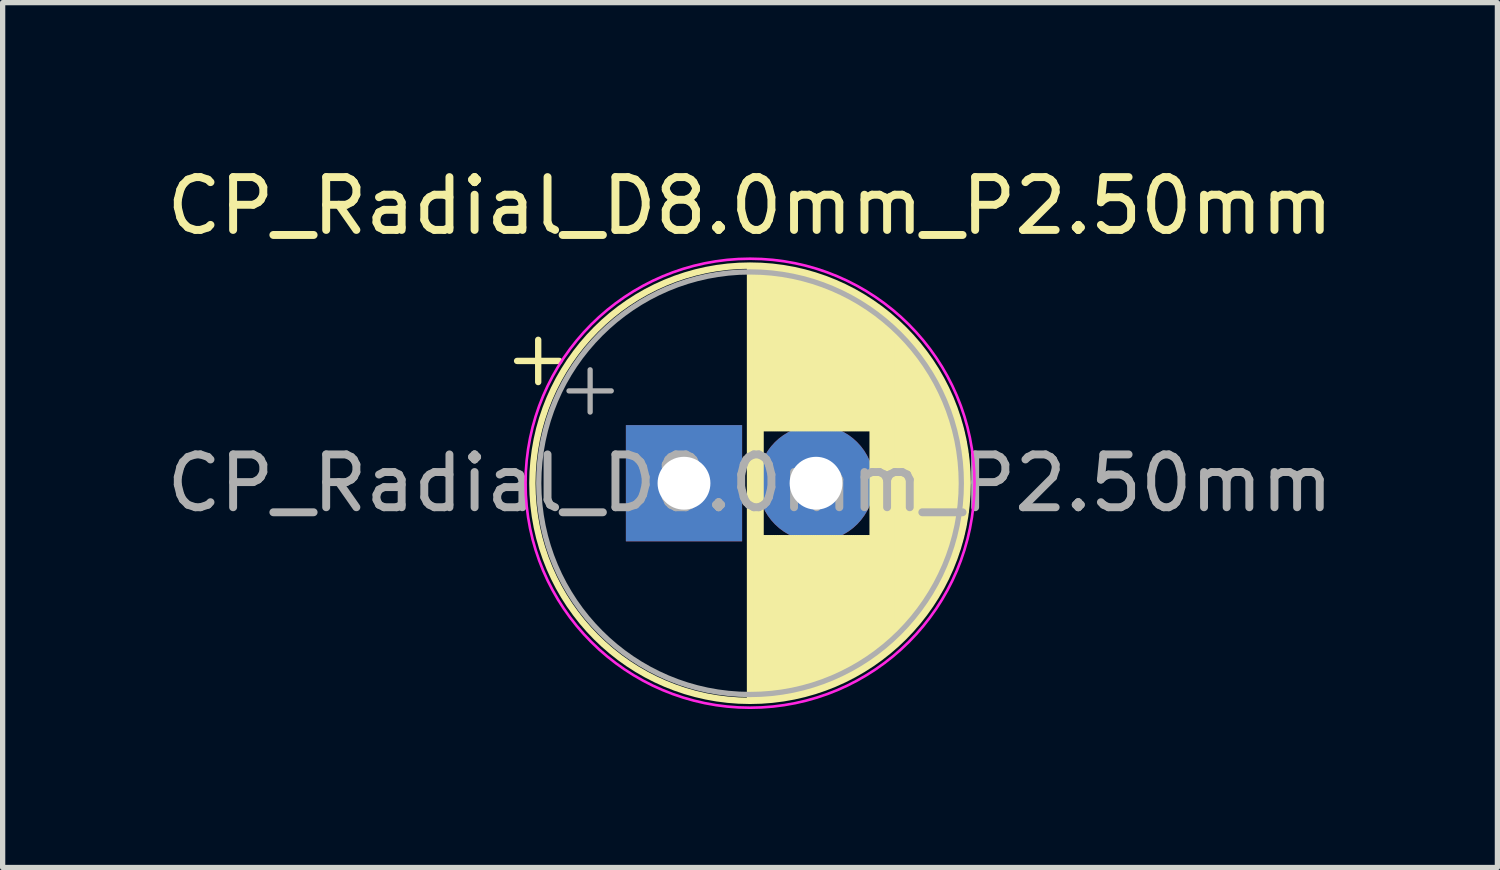
<source format=kicad_pcb>
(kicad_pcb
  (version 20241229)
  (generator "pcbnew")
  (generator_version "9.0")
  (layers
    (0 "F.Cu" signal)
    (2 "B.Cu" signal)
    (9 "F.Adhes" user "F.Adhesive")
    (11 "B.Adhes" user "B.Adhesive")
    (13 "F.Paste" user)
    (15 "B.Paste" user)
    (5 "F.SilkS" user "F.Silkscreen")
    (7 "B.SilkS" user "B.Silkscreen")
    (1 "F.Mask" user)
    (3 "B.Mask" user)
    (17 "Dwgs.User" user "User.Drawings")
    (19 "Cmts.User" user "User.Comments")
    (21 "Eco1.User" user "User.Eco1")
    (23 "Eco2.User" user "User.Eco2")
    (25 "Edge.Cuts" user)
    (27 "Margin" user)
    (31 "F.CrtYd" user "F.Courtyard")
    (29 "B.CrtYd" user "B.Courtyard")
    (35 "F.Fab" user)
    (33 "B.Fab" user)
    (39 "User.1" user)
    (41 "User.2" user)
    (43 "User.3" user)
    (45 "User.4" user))
  (footprint "CP_Radial_D8.0mm_P2.50mm"
    (layer "F.Cu")
    (at 9.899 6.098)
    (property "Reference" "CP_Radial_D8.0mm_P2.50mm" (at 1.25 -5.25 0) (layer "F.SilkS") (effects (font (size 1 1) (thickness 0.15))))
    (attr through_hole)
    (fp_line (start -3.16 -2.315) (end -2.36 -2.315) (stroke (width 0.12) (type solid)) (layer "F.SilkS"))
    (fp_line (start -2.76 -2.715) (end -2.76 -1.915) (stroke (width 0.12) (type solid)) (layer "F.SilkS"))
    (fp_line (start 1.25 -4.08) (end 1.25 4.08) (stroke (width 0.12) (type solid)) (layer "F.SilkS"))
    (fp_line (start 1.29 -4.08) (end 1.29 4.08) (stroke (width 0.12) (type solid)) (layer "F.SilkS"))
    (fp_line (start 1.33 -4.08) (end 1.33 4.08) (stroke (width 0.12) (type solid)) (layer "F.SilkS"))
    (fp_line (start 1.37 -4.079) (end 1.37 4.079) (stroke (width 0.12) (type solid)) (layer "F.SilkS"))
    (fp_line (start 1.41 -4.077) (end 1.41 4.077) (stroke (width 0.12) (type solid)) (layer "F.SilkS"))
    (fp_line (start 1.45 -4.076) (end 1.45 4.076) (stroke (width 0.12) (type solid)) (layer "F.SilkS"))
    (fp_line (start 1.49 -4.074) (end 1.49 -1.04) (stroke (width 0.12) (type solid)) (layer "F.SilkS"))
    (fp_line (start 1.49 1.04) (end 1.49 4.074) (stroke (width 0.12) (type solid)) (layer "F.SilkS"))
    (fp_line (start 1.53 -4.071) (end 1.53 -1.04) (stroke (width 0.12) (type solid)) (layer "F.SilkS"))
    (fp_line (start 1.53 1.04) (end 1.53 4.071) (stroke (width 0.12) (type solid)) (layer "F.SilkS"))
    (fp_line (start 1.57 -4.068) (end 1.57 -1.04) (stroke (width 0.12) (type solid)) (layer "F.SilkS"))
    (fp_line (start 1.57 1.04) (end 1.57 4.068) (stroke (width 0.12) (type solid)) (layer "F.SilkS"))
    (fp_line (start 1.61 -4.065) (end 1.61 -1.04) (stroke (width 0.12) (type solid)) (layer "F.SilkS"))
    (fp_line (start 1.61 1.04) (end 1.61 4.065) (stroke (width 0.12) (type solid)) (layer "F.SilkS"))
    (fp_line (start 1.65 -4.061) (end 1.65 -1.04) (stroke (width 0.12) (type solid)) (layer "F.SilkS"))
    (fp_line (start 1.65 1.04) (end 1.65 4.061) (stroke (width 0.12) (type solid)) (layer "F.SilkS"))
    (fp_line (start 1.69 -4.057) (end 1.69 -1.04) (stroke (width 0.12) (type solid)) (layer "F.SilkS"))
    (fp_line (start 1.69 1.04) (end 1.69 4.057) (stroke (width 0.12) (type solid)) (layer "F.SilkS"))
    (fp_line (start 1.73 -4.052) (end 1.73 -1.04) (stroke (width 0.12) (type solid)) (layer "F.SilkS"))
    (fp_line (start 1.73 1.04) (end 1.73 4.052) (stroke (width 0.12) (type solid)) (layer "F.SilkS"))
    (fp_line (start 1.77 -4.048) (end 1.77 -1.04) (stroke (width 0.12) (type solid)) (layer "F.SilkS"))
    (fp_line (start 1.77 1.04) (end 1.77 4.048) (stroke (width 0.12) (type solid)) (layer "F.SilkS"))
    (fp_line (start 1.81 -4.042) (end 1.81 -1.04) (stroke (width 0.12) (type solid)) (layer "F.SilkS"))
    (fp_line (start 1.81 1.04) (end 1.81 4.042) (stroke (width 0.12) (type solid)) (layer "F.SilkS"))
    (fp_line (start 1.85 -4.037) (end 1.85 -1.04) (stroke (width 0.12) (type solid)) (layer "F.SilkS"))
    (fp_line (start 1.85 1.04) (end 1.85 4.037) (stroke (width 0.12) (type solid)) (layer "F.SilkS"))
    (fp_line (start 1.89 -4.03) (end 1.89 -1.04) (stroke (width 0.12) (type solid)) (layer "F.SilkS"))
    (fp_line (start 1.89 1.04) (end 1.89 4.03) (stroke (width 0.12) (type solid)) (layer "F.SilkS"))
    (fp_line (start 1.93 -4.024) (end 1.93 -1.04) (stroke (width 0.12) (type solid)) (layer "F.SilkS"))
    (fp_line (start 1.93 1.04) (end 1.93 4.024) (stroke (width 0.12) (type solid)) (layer "F.SilkS"))
    (fp_line (start 1.971 -4.017) (end 1.971 -1.04) (stroke (width 0.12) (type solid)) (layer "F.SilkS"))
    (fp_line (start 1.971 1.04) (end 1.971 4.017) (stroke (width 0.12) (type solid)) (layer "F.SilkS"))
    (fp_line (start 2.011 -4.01) (end 2.011 -1.04) (stroke (width 0.12) (type solid)) (layer "F.SilkS"))
    (fp_line (start 2.011 1.04) (end 2.011 4.01) (stroke (width 0.12) (type solid)) (layer "F.SilkS"))
    (fp_line (start 2.051 -4.002) (end 2.051 -1.04) (stroke (width 0.12) (type solid)) (layer "F.SilkS"))
    (fp_line (start 2.051 1.04) (end 2.051 4.002) (stroke (width 0.12) (type solid)) (layer "F.SilkS"))
    (fp_line (start 2.091 -3.994) (end 2.091 -1.04) (stroke (width 0.12) (type solid)) (layer "F.SilkS"))
    (fp_line (start 2.091 1.04) (end 2.091 3.994) (stroke (width 0.12) (type solid)) (layer "F.SilkS"))
    (fp_line (start 2.131 -3.985) (end 2.131 -1.04) (stroke (width 0.12) (type solid)) (layer "F.SilkS"))
    (fp_line (start 2.131 1.04) (end 2.131 3.985) (stroke (width 0.12) (type solid)) (layer "F.SilkS"))
    (fp_line (start 2.171 -3.976) (end 2.171 -1.04) (stroke (width 0.12) (type solid)) (layer "F.SilkS"))
    (fp_line (start 2.171 1.04) (end 2.171 3.976) (stroke (width 0.12) (type solid)) (layer "F.SilkS"))
    (fp_line (start 2.211 -3.967) (end 2.211 -1.04) (stroke (width 0.12) (type solid)) (layer "F.SilkS"))
    (fp_line (start 2.211 1.04) (end 2.211 3.967) (stroke (width 0.12) (type solid)) (layer "F.SilkS"))
    (fp_line (start 2.251 -3.957) (end 2.251 -1.04) (stroke (width 0.12) (type solid)) (layer "F.SilkS"))
    (fp_line (start 2.251 1.04) (end 2.251 3.957) (stroke (width 0.12) (type solid)) (layer "F.SilkS"))
    (fp_line (start 2.291 -3.947) (end 2.291 -1.04) (stroke (width 0.12) (type solid)) (layer "F.SilkS"))
    (fp_line (start 2.291 1.04) (end 2.291 3.947) (stroke (width 0.12) (type solid)) (layer "F.SilkS"))
    (fp_line (start 2.331 -3.936) (end 2.331 -1.04) (stroke (width 0.12) (type solid)) (layer "F.SilkS"))
    (fp_line (start 2.331 1.04) (end 2.331 3.936) (stroke (width 0.12) (type solid)) (layer "F.SilkS"))
    (fp_line (start 2.371 -3.925) (end 2.371 -1.04) (stroke (width 0.12) (type solid)) (layer "F.SilkS"))
    (fp_line (start 2.371 1.04) (end 2.371 3.925) (stroke (width 0.12) (type solid)) (layer "F.SilkS"))
    (fp_line (start 2.411 -3.914) (end 2.411 -1.04) (stroke (width 0.12) (type solid)) (layer "F.SilkS"))
    (fp_line (start 2.411 1.04) (end 2.411 3.914) (stroke (width 0.12) (type solid)) (layer "F.SilkS"))
    (fp_line (start 2.451 -3.902) (end 2.451 -1.04) (stroke (width 0.12) (type solid)) (layer "F.SilkS"))
    (fp_line (start 2.451 1.04) (end 2.451 3.902) (stroke (width 0.12) (type solid)) (layer "F.SilkS"))
    (fp_line (start 2.491 -3.889) (end 2.491 -1.04) (stroke (width 0.12) (type solid)) (layer "F.SilkS"))
    (fp_line (start 2.491 1.04) (end 2.491 3.889) (stroke (width 0.12) (type solid)) (layer "F.SilkS"))
    (fp_line (start 2.531 -3.877) (end 2.531 -1.04) (stroke (width 0.12) (type solid)) (layer "F.SilkS"))
    (fp_line (start 2.531 1.04) (end 2.531 3.877) (stroke (width 0.12) (type solid)) (layer "F.SilkS"))
    (fp_line (start 2.571 -3.863) (end 2.571 -1.04) (stroke (width 0.12) (type solid)) (layer "F.SilkS"))
    (fp_line (start 2.571 1.04) (end 2.571 3.863) (stroke (width 0.12) (type solid)) (layer "F.SilkS"))
    (fp_line (start 2.611 -3.85) (end 2.611 -1.04) (stroke (width 0.12) (type solid)) (layer "F.SilkS"))
    (fp_line (start 2.611 1.04) (end 2.611 3.85) (stroke (width 0.12) (type solid)) (layer "F.SilkS"))
    (fp_line (start 2.651 -3.835) (end 2.651 -1.04) (stroke (width 0.12) (type solid)) (layer "F.SilkS"))
    (fp_line (start 2.651 1.04) (end 2.651 3.835) (stroke (width 0.12) (type solid)) (layer "F.SilkS"))
    (fp_line (start 2.691 -3.821) (end 2.691 -1.04) (stroke (width 0.12) (type solid)) (layer "F.SilkS"))
    (fp_line (start 2.691 1.04) (end 2.691 3.821) (stroke (width 0.12) (type solid)) (layer "F.SilkS"))
    (fp_line (start 2.731 -3.805) (end 2.731 -1.04) (stroke (width 0.12) (type solid)) (layer "F.SilkS"))
    (fp_line (start 2.731 1.04) (end 2.731 3.805) (stroke (width 0.12) (type solid)) (layer "F.SilkS"))
    (fp_line (start 2.771 -3.79) (end 2.771 -1.04) (stroke (width 0.12) (type solid)) (layer "F.SilkS"))
    (fp_line (start 2.771 1.04) (end 2.771 3.79) (stroke (width 0.12) (type solid)) (layer "F.SilkS"))
    (fp_line (start 2.811 -3.774) (end 2.811 -1.04) (stroke (width 0.12) (type solid)) (layer "F.SilkS"))
    (fp_line (start 2.811 1.04) (end 2.811 3.774) (stroke (width 0.12) (type solid)) (layer "F.SilkS"))
    (fp_line (start 2.851 -3.757) (end 2.851 -1.04) (stroke (width 0.12) (type solid)) (layer "F.SilkS"))
    (fp_line (start 2.851 1.04) (end 2.851 3.757) (stroke (width 0.12) (type solid)) (layer "F.SilkS"))
    (fp_line (start 2.891 -3.74) (end 2.891 -1.04) (stroke (width 0.12) (type solid)) (layer "F.SilkS"))
    (fp_line (start 2.891 1.04) (end 2.891 3.74) (stroke (width 0.12) (type solid)) (layer "F.SilkS"))
    (fp_line (start 2.931 -3.722) (end 2.931 -1.04) (stroke (width 0.12) (type solid)) (layer "F.SilkS"))
    (fp_line (start 2.931 1.04) (end 2.931 3.722) (stroke (width 0.12) (type solid)) (layer "F.SilkS"))
    (fp_line (start 2.971 -3.704) (end 2.971 -1.04) (stroke (width 0.12) (type solid)) (layer "F.SilkS"))
    (fp_line (start 2.971 1.04) (end 2.971 3.704) (stroke (width 0.12) (type solid)) (layer "F.SilkS"))
    (fp_line (start 3.011 -3.686) (end 3.011 -1.04) (stroke (width 0.12) (type solid)) (layer "F.SilkS"))
    (fp_line (start 3.011 1.04) (end 3.011 3.686) (stroke (width 0.12) (type solid)) (layer "F.SilkS"))
    (fp_line (start 3.051 -3.666) (end 3.051 -1.04) (stroke (width 0.12) (type solid)) (layer "F.SilkS"))
    (fp_line (start 3.051 1.04) (end 3.051 3.666) (stroke (width 0.12) (type solid)) (layer "F.SilkS"))
    (fp_line (start 3.091 -3.647) (end 3.091 -1.04) (stroke (width 0.12) (type solid)) (layer "F.SilkS"))
    (fp_line (start 3.091 1.04) (end 3.091 3.647) (stroke (width 0.12) (type solid)) (layer "F.SilkS"))
    (fp_line (start 3.131 -3.627) (end 3.131 -1.04) (stroke (width 0.12) (type solid)) (layer "F.SilkS"))
    (fp_line (start 3.131 1.04) (end 3.131 3.627) (stroke (width 0.12) (type solid)) (layer "F.SilkS"))
    (fp_line (start 3.171 -3.606) (end 3.171 -1.04) (stroke (width 0.12) (type solid)) (layer "F.SilkS"))
    (fp_line (start 3.171 1.04) (end 3.171 3.606) (stroke (width 0.12) (type solid)) (layer "F.SilkS"))
    (fp_line (start 3.211 -3.584) (end 3.211 -1.04) (stroke (width 0.12) (type solid)) (layer "F.SilkS"))
    (fp_line (start 3.211 1.04) (end 3.211 3.584) (stroke (width 0.12) (type solid)) (layer "F.SilkS"))
    (fp_line (start 3.251 -3.562) (end 3.251 -1.04) (stroke (width 0.12) (type solid)) (layer "F.SilkS"))
    (fp_line (start 3.251 1.04) (end 3.251 3.562) (stroke (width 0.12) (type solid)) (layer "F.SilkS"))
    (fp_line (start 3.291 -3.54) (end 3.291 -1.04) (stroke (width 0.12) (type solid)) (layer "F.SilkS"))
    (fp_line (start 3.291 1.04) (end 3.291 3.54) (stroke (width 0.12) (type solid)) (layer "F.SilkS"))
    (fp_line (start 3.331 -3.517) (end 3.331 -1.04) (stroke (width 0.12) (type solid)) (layer "F.SilkS"))
    (fp_line (start 3.331 1.04) (end 3.331 3.517) (stroke (width 0.12) (type solid)) (layer "F.SilkS"))
    (fp_line (start 3.371 -3.493) (end 3.371 -1.04) (stroke (width 0.12) (type solid)) (layer "F.SilkS"))
    (fp_line (start 3.371 1.04) (end 3.371 3.493) (stroke (width 0.12) (type solid)) (layer "F.SilkS"))
    (fp_line (start 3.411 -3.469) (end 3.411 -1.04) (stroke (width 0.12) (type solid)) (layer "F.SilkS"))
    (fp_line (start 3.411 1.04) (end 3.411 3.469) (stroke (width 0.12) (type solid)) (layer "F.SilkS"))
    (fp_line (start 3.451 -3.444) (end 3.451 -1.04) (stroke (width 0.12) (type solid)) (layer "F.SilkS"))
    (fp_line (start 3.451 1.04) (end 3.451 3.444) (stroke (width 0.12) (type solid)) (layer "F.SilkS"))
    (fp_line (start 3.491 -3.418) (end 3.491 -1.04) (stroke (width 0.12) (type solid)) (layer "F.SilkS"))
    (fp_line (start 3.491 1.04) (end 3.491 3.418) (stroke (width 0.12) (type solid)) (layer "F.SilkS"))
    (fp_line (start 3.531 -3.392) (end 3.531 -1.04) (stroke (width 0.12) (type solid)) (layer "F.SilkS"))
    (fp_line (start 3.531 1.04) (end 3.531 3.392) (stroke (width 0.12) (type solid)) (layer "F.SilkS"))
    (fp_line (start 3.571 -3.365) (end 3.571 3.365) (stroke (width 0.12) (type solid)) (layer "F.SilkS"))
    (fp_line (start 3.611 -3.338) (end 3.611 3.338) (stroke (width 0.12) (type solid)) (layer "F.SilkS"))
    (fp_line (start 3.651 -3.309) (end 3.651 3.309) (stroke (width 0.12) (type solid)) (layer "F.SilkS"))
    (fp_line (start 3.691 -3.28) (end 3.691 3.28) (stroke (width 0.12) (type solid)) (layer "F.SilkS"))
    (fp_line (start 3.731 -3.25) (end 3.731 3.25) (stroke (width 0.12) (type solid)) (layer "F.SilkS"))
    (fp_line (start 3.771 -3.22) (end 3.771 3.22) (stroke (width 0.12) (type solid)) (layer "F.SilkS"))
    (fp_line (start 3.811 -3.189) (end 3.811 3.189) (stroke (width 0.12) (type solid)) (layer "F.SilkS"))
    (fp_line (start 3.851 -3.156) (end 3.851 3.156) (stroke (width 0.12) (type solid)) (layer "F.SilkS"))
    (fp_line (start 3.891 -3.124) (end 3.891 3.124) (stroke (width 0.12) (type solid)) (layer "F.SilkS"))
    (fp_line (start 3.931 -3.09) (end 3.931 3.09) (stroke (width 0.12) (type solid)) (layer "F.SilkS"))
    (fp_line (start 3.971 -3.055) (end 3.971 3.055) (stroke (width 0.12) (type solid)) (layer "F.SilkS"))
    (fp_line (start 4.011 -3.019) (end 4.011 3.019) (stroke (width 0.12) (type solid)) (layer "F.SilkS"))
    (fp_line (start 4.051 -2.983) (end 4.051 2.983) (stroke (width 0.12) (type solid)) (layer "F.SilkS"))
    (fp_line (start 4.091 -2.945) (end 4.091 2.945) (stroke (width 0.12) (type solid)) (layer "F.SilkS"))
    (fp_line (start 4.131 -2.907) (end 4.131 2.907) (stroke (width 0.12) (type solid)) (layer "F.SilkS"))
    (fp_line (start 4.171 -2.867) (end 4.171 2.867) (stroke (width 0.12) (type solid)) (layer "F.SilkS"))
    (fp_line (start 4.211 -2.826) (end 4.211 2.826) (stroke (width 0.12) (type solid)) (layer "F.SilkS"))
    (fp_line (start 4.251 -2.784) (end 4.251 2.784) (stroke (width 0.12) (type solid)) (layer "F.SilkS"))
    (fp_line (start 4.291 -2.741) (end 4.291 2.741) (stroke (width 0.12) (type solid)) (layer "F.SilkS"))
    (fp_line (start 4.331 -2.697) (end 4.331 2.697) (stroke (width 0.12) (type solid)) (layer "F.SilkS"))
    (fp_line (start 4.371 -2.651) (end 4.371 2.651) (stroke (width 0.12) (type solid)) (layer "F.SilkS"))
    (fp_line (start 4.411 -2.604) (end 4.411 2.604) (stroke (width 0.12) (type solid)) (layer "F.SilkS"))
    (fp_line (start 4.451 -2.556) (end 4.451 2.556) (stroke (width 0.12) (type solid)) (layer "F.SilkS"))
    (fp_line (start 4.491 -2.505) (end 4.491 2.505) (stroke (width 0.12) (type solid)) (layer "F.SilkS"))
    (fp_line (start 4.531 -2.454) (end 4.531 2.454) (stroke (width 0.12) (type solid)) (layer "F.SilkS"))
    (fp_line (start 4.571 -2.4) (end 4.571 2.4) (stroke (width 0.12) (type solid)) (layer "F.SilkS"))
    (fp_line (start 4.611 -2.345) (end 4.611 2.345) (stroke (width 0.12) (type solid)) (layer "F.SilkS"))
    (fp_line (start 4.651 -2.287) (end 4.651 2.287) (stroke (width 0.12) (type solid)) (layer "F.SilkS"))
    (fp_line (start 4.691 -2.228) (end 4.691 2.228) (stroke (width 0.12) (type solid)) (layer "F.SilkS"))
    (fp_line (start 4.731 -2.166) (end 4.731 2.166) (stroke (width 0.12) (type solid)) (layer "F.SilkS"))
    (fp_line (start 4.771 -2.102) (end 4.771 2.102) (stroke (width 0.12) (type solid)) (layer "F.SilkS"))
    (fp_line (start 4.811 -2.034) (end 4.811 2.034) (stroke (width 0.12) (type solid)) (layer "F.SilkS"))
    (fp_line (start 4.851 -1.964) (end 4.851 1.964) (stroke (width 0.12) (type solid)) (layer "F.SilkS"))
    (fp_line (start 4.891 -1.89) (end 4.891 1.89) (stroke (width 0.12) (type solid)) (layer "F.SilkS"))
    (fp_line (start 4.931 -1.813) (end 4.931 1.813) (stroke (width 0.12) (type solid)) (layer "F.SilkS"))
    (fp_line (start 4.971 -1.731) (end 4.971 1.731) (stroke (width 0.12) (type solid)) (layer "F.SilkS"))
    (fp_line (start 5.011 -1.645) (end 5.011 1.645) (stroke (width 0.12) (type solid)) (layer "F.SilkS"))
    (fp_line (start 5.051 -1.552) (end 5.051 1.552) (stroke (width 0.12) (type solid)) (layer "F.SilkS"))
    (fp_line (start 5.091 -1.453) (end 5.091 1.453) (stroke (width 0.12) (type solid)) (layer "F.SilkS"))
    (fp_line (start 5.131 -1.346) (end 5.131 1.346) (stroke (width 0.12) (type solid)) (layer "F.SilkS"))
    (fp_line (start 5.171 -1.229) (end 5.171 1.229) (stroke (width 0.12) (type solid)) (layer "F.SilkS"))
    (fp_line (start 5.211 -1.098) (end 5.211 1.098) (stroke (width 0.12) (type solid)) (layer "F.SilkS"))
    (fp_line (start 5.251 -0.948) (end 5.251 0.948) (stroke (width 0.12) (type solid)) (layer "F.SilkS"))
    (fp_line (start 5.291 -0.768) (end 5.291 0.768) (stroke (width 0.12) (type solid)) (layer "F.SilkS"))
    (fp_line (start 5.331 -0.533) (end 5.331 0.533) (stroke (width 0.12) (type solid)) (layer "F.SilkS"))
    (fp_circle (center 1.25 0) (end 5.37 0) (stroke (width 0.12) (type solid)) (fill no) (layer "F.SilkS"))
    (fp_circle (center 1.25 0) (end 5.5 0) (stroke (width 0.05) (type solid)) (fill no) (layer "F.CrtYd"))
    (fp_line (start -2.177 -1.748) (end -1.377 -1.748) (stroke (width 0.1) (type solid)) (layer "F.Fab"))
    (fp_line (start -1.777 -2.147) (end -1.777 -1.347) (stroke (width 0.1) (type solid)) (layer "F.Fab"))
    (fp_circle (center 1.25 0) (end 5.25 0) (stroke (width 0.1) (type solid)) (fill no) (layer "F.Fab"))
    (fp_text user "${REFERENCE}" (at 1.25 0 0) (layer "F.Fab") (effects (font (size 1 1) (thickness 0.15))))
    (pad "1" thru_hole rect (at 0 0) (size 2.2 2.2) (drill 1) (layers "*.Cu" "*.Mask"))
    (pad "2" thru_hole circle (at 2.5 0) (size 2.2 2.2) (drill 1) (layers "*.Cu" "*.Mask")))
  (gr_rect
    (start -3 -3)
    (end 25.298 13.373)
    (stroke (width 0.1) (type default))
    (fill no)
    (layer "Edge.Cuts")))
</source>
